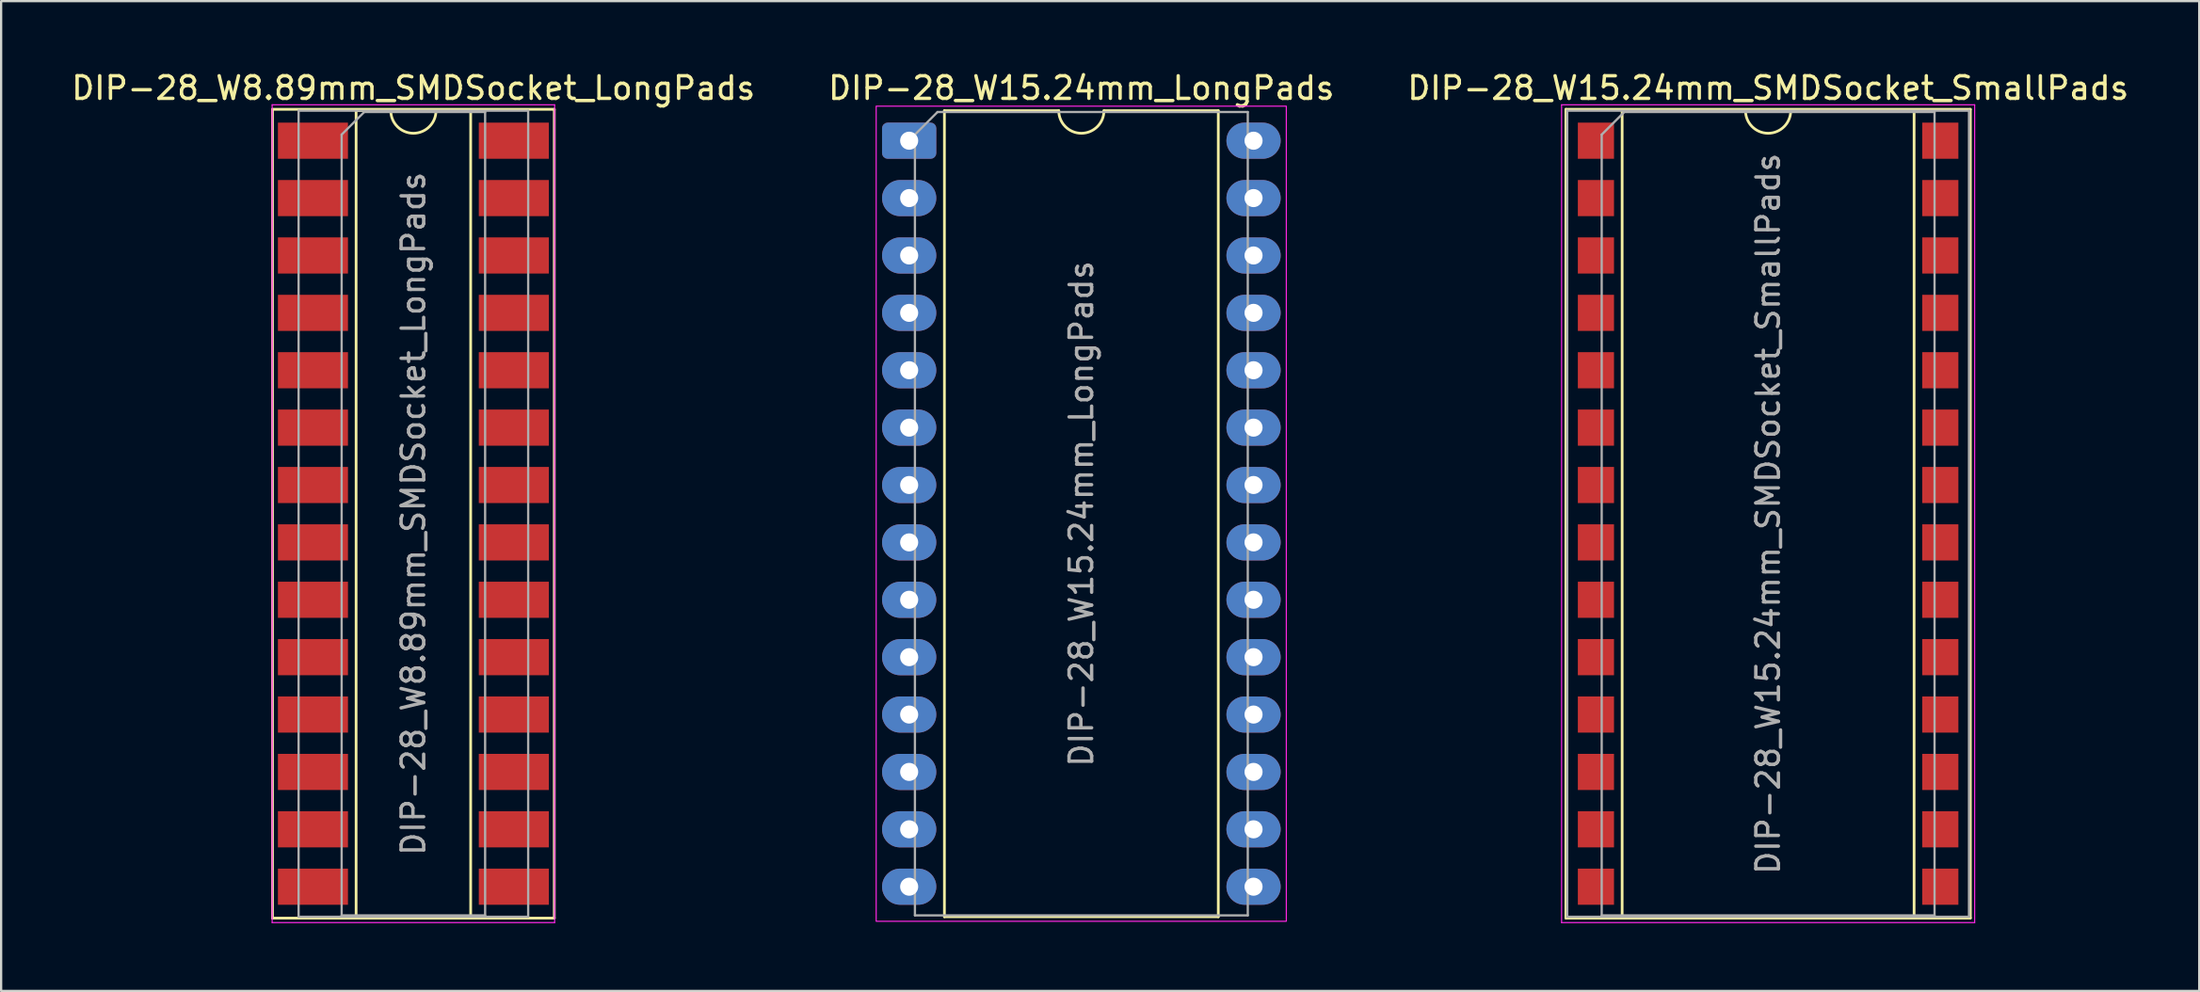
<source format=kicad_pcb>
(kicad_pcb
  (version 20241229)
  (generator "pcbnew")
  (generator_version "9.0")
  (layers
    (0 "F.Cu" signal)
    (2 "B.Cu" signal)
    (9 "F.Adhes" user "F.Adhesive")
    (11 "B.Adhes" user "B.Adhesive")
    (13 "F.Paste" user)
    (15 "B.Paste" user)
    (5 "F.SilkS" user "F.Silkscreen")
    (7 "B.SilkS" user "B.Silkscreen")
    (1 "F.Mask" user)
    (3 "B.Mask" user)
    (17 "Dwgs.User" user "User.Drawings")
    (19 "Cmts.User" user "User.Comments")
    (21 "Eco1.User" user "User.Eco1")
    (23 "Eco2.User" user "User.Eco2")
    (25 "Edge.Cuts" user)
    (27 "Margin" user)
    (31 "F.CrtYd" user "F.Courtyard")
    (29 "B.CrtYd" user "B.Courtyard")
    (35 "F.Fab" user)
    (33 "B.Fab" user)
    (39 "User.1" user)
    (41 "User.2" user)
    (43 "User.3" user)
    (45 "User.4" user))
  (footprint "DIP-28_W8.89mm_SMDSocket_LongPads"
    (layer "F.Cu")
    (at 15.244 19.688)
    (property "Reference" "DIP-28_W8.89mm_SMDSocket_LongPads" (at 0 -18.84 0) (layer "F.SilkS") (effects (font (size 1 1) (thickness 0.15))))
    (attr smd)
    (fp_line (start -6.235 -17.9) (end -6.235 17.9) (stroke (width 0.12) (type solid)) (layer "F.SilkS"))
    (fp_line (start -6.235 17.9) (end 6.235 17.9) (stroke (width 0.12) (type solid)) (layer "F.SilkS"))
    (fp_line (start -2.535 -17.84) (end -2.535 17.84) (stroke (width 0.12) (type solid)) (layer "F.SilkS"))
    (fp_line (start -2.535 17.84) (end 2.535 17.84) (stroke (width 0.12) (type solid)) (layer "F.SilkS"))
    (fp_line (start -1 -17.84) (end -2.535 -17.84) (stroke (width 0.12) (type solid)) (layer "F.SilkS"))
    (fp_line (start 2.535 -17.84) (end 1 -17.84) (stroke (width 0.12) (type solid)) (layer "F.SilkS"))
    (fp_line (start 2.535 17.84) (end 2.535 -17.84) (stroke (width 0.12) (type solid)) (layer "F.SilkS"))
    (fp_line (start 6.235 -17.9) (end -6.235 -17.9) (stroke (width 0.12) (type solid)) (layer "F.SilkS"))
    (fp_line (start 6.235 17.9) (end 6.235 -17.9) (stroke (width 0.12) (type solid)) (layer "F.SilkS"))
    (fp_arc (start 1 -17.84) (mid 0 -16.84) (end -1 -17.84) (stroke (width 0.12) (type solid)) (layer "F.SilkS"))
    (fp_line (start -6.25 -18.1) (end -6.25 18.1) (stroke (width 0.05) (type solid)) (layer "F.CrtYd"))
    (fp_line (start -6.25 18.1) (end 6.25 18.1) (stroke (width 0.05) (type solid)) (layer "F.CrtYd"))
    (fp_line (start 6.25 -18.1) (end -6.25 -18.1) (stroke (width 0.05) (type solid)) (layer "F.CrtYd"))
    (fp_line (start 6.25 18.1) (end 6.25 -18.1) (stroke (width 0.05) (type solid)) (layer "F.CrtYd"))
    (fp_line (start -5.08 -17.84) (end -5.08 17.84) (stroke (width 0.1) (type solid)) (layer "F.Fab"))
    (fp_line (start -5.08 17.84) (end 5.08 17.84) (stroke (width 0.1) (type solid)) (layer "F.Fab"))
    (fp_line (start -3.175 -16.78) (end -2.175 -17.78) (stroke (width 0.1) (type solid)) (layer "F.Fab"))
    (fp_line (start -3.175 17.78) (end -3.175 -16.78) (stroke (width 0.1) (type solid)) (layer "F.Fab"))
    (fp_line (start -2.175 -17.78) (end 3.175 -17.78) (stroke (width 0.1) (type solid)) (layer "F.Fab"))
    (fp_line (start 3.175 -17.78) (end 3.175 17.78) (stroke (width 0.1) (type solid)) (layer "F.Fab"))
    (fp_line (start 3.175 17.78) (end -3.175 17.78) (stroke (width 0.1) (type solid)) (layer "F.Fab"))
    (fp_line (start 5.08 -17.84) (end -5.08 -17.84) (stroke (width 0.1) (type solid)) (layer "F.Fab"))
    (fp_line (start 5.08 17.84) (end 5.08 -17.84) (stroke (width 0.1) (type solid)) (layer "F.Fab"))
    (fp_text user "${REFERENCE}" (at 0 0 90) (layer "F.Fab") (effects (font (size 1 1) (thickness 0.15))))
    (pad "1" smd rect (at -4.445 -16.51) (size 3.1 1.6) (layers "F.Cu" "F.Mask" "F.Paste"))
    (pad "2" smd rect (at -4.445 -13.97) (size 3.1 1.6) (layers "F.Cu" "F.Mask" "F.Paste"))
    (pad "3" smd rect (at -4.445 -11.43) (size 3.1 1.6) (layers "F.Cu" "F.Mask" "F.Paste"))
    (pad "4" smd rect (at -4.445 -8.89) (size 3.1 1.6) (layers "F.Cu" "F.Mask" "F.Paste"))
    (pad "5" smd rect (at -4.445 -6.35) (size 3.1 1.6) (layers "F.Cu" "F.Mask" "F.Paste"))
    (pad "6" smd rect (at -4.445 -3.81) (size 3.1 1.6) (layers "F.Cu" "F.Mask" "F.Paste"))
    (pad "7" smd rect (at -4.445 -1.27) (size 3.1 1.6) (layers "F.Cu" "F.Mask" "F.Paste"))
    (pad "8" smd rect (at -4.445 1.27) (size 3.1 1.6) (layers "F.Cu" "F.Mask" "F.Paste"))
    (pad "9" smd rect (at -4.445 3.81) (size 3.1 1.6) (layers "F.Cu" "F.Mask" "F.Paste"))
    (pad "10" smd rect (at -4.445 6.35) (size 3.1 1.6) (layers "F.Cu" "F.Mask" "F.Paste"))
    (pad "11" smd rect (at -4.445 8.89) (size 3.1 1.6) (layers "F.Cu" "F.Mask" "F.Paste"))
    (pad "12" smd rect (at -4.445 11.43) (size 3.1 1.6) (layers "F.Cu" "F.Mask" "F.Paste"))
    (pad "13" smd rect (at -4.445 13.97) (size 3.1 1.6) (layers "F.Cu" "F.Mask" "F.Paste"))
    (pad "14" smd rect (at -4.445 16.51) (size 3.1 1.6) (layers "F.Cu" "F.Mask" "F.Paste"))
    (pad "15" smd rect (at 4.445 16.51) (size 3.1 1.6) (layers "F.Cu" "F.Mask" "F.Paste"))
    (pad "16" smd rect (at 4.445 13.97) (size 3.1 1.6) (layers "F.Cu" "F.Mask" "F.Paste"))
    (pad "17" smd rect (at 4.445 11.43) (size 3.1 1.6) (layers "F.Cu" "F.Mask" "F.Paste"))
    (pad "18" smd rect (at 4.445 8.89) (size 3.1 1.6) (layers "F.Cu" "F.Mask" "F.Paste"))
    (pad "19" smd rect (at 4.445 6.35) (size 3.1 1.6) (layers "F.Cu" "F.Mask" "F.Paste"))
    (pad "20" smd rect (at 4.445 3.81) (size 3.1 1.6) (layers "F.Cu" "F.Mask" "F.Paste"))
    (pad "21" smd rect (at 4.445 1.27) (size 3.1 1.6) (layers "F.Cu" "F.Mask" "F.Paste"))
    (pad "22" smd rect (at 4.445 -1.27) (size 3.1 1.6) (layers "F.Cu" "F.Mask" "F.Paste"))
    (pad "23" smd rect (at 4.445 -3.81) (size 3.1 1.6) (layers "F.Cu" "F.Mask" "F.Paste"))
    (pad "24" smd rect (at 4.445 -6.35) (size 3.1 1.6) (layers "F.Cu" "F.Mask" "F.Paste"))
    (pad "25" smd rect (at 4.445 -8.89) (size 3.1 1.6) (layers "F.Cu" "F.Mask" "F.Paste"))
    (pad "26" smd rect (at 4.445 -11.43) (size 3.1 1.6) (layers "F.Cu" "F.Mask" "F.Paste"))
    (pad "27" smd rect (at 4.445 -13.97) (size 3.1 1.6) (layers "F.Cu" "F.Mask" "F.Paste"))
    (pad "28" smd rect (at 4.445 -16.51) (size 3.1 1.6) (layers "F.Cu" "F.Mask" "F.Paste")))
  (footprint "DIP-28_W15.24mm_SMDSocket_SmallPads"
    (layer "F.Cu")
    (at 75.196 19.688)
    (property "Reference" "DIP-28_W15.24mm_SMDSocket_SmallPads" (at 0 -18.84 0) (layer "F.SilkS") (effects (font (size 1 1) (thickness 0.15))))
    (attr smd)
    (fp_line (start -8.95 -17.9) (end -8.95 17.9) (stroke (width 0.12) (type solid)) (layer "F.SilkS"))
    (fp_line (start -8.95 17.9) (end 8.95 17.9) (stroke (width 0.12) (type solid)) (layer "F.SilkS"))
    (fp_line (start -6.46 -17.84) (end -6.46 17.84) (stroke (width 0.12) (type solid)) (layer "F.SilkS"))
    (fp_line (start -6.46 17.84) (end 6.46 17.84) (stroke (width 0.12) (type solid)) (layer "F.SilkS"))
    (fp_line (start -1 -17.84) (end -6.46 -17.84) (stroke (width 0.12) (type solid)) (layer "F.SilkS"))
    (fp_line (start 6.46 -17.84) (end 1 -17.84) (stroke (width 0.12) (type solid)) (layer "F.SilkS"))
    (fp_line (start 6.46 17.84) (end 6.46 -17.84) (stroke (width 0.12) (type solid)) (layer "F.SilkS"))
    (fp_line (start 8.95 -17.9) (end -8.95 -17.9) (stroke (width 0.12) (type solid)) (layer "F.SilkS"))
    (fp_line (start 8.95 17.9) (end 8.95 -17.9) (stroke (width 0.12) (type solid)) (layer "F.SilkS"))
    (fp_arc (start 1 -17.84) (mid 0 -16.84) (end -1 -17.84) (stroke (width 0.12) (type solid)) (layer "F.SilkS"))
    (fp_line (start -9.14 -18.1) (end -9.14 18.1) (stroke (width 0.05) (type solid)) (layer "F.CrtYd"))
    (fp_line (start -9.14 18.1) (end 9.14 18.1) (stroke (width 0.05) (type solid)) (layer "F.CrtYd"))
    (fp_line (start 9.14 -18.1) (end -9.14 -18.1) (stroke (width 0.05) (type solid)) (layer "F.CrtYd"))
    (fp_line (start 9.14 18.1) (end 9.14 -18.1) (stroke (width 0.05) (type solid)) (layer "F.CrtYd"))
    (fp_line (start -8.89 -17.84) (end -8.89 17.84) (stroke (width 0.1) (type solid)) (layer "F.Fab"))
    (fp_line (start -8.89 17.84) (end 8.89 17.84) (stroke (width 0.1) (type solid)) (layer "F.Fab"))
    (fp_line (start -7.365 -16.78) (end -6.365 -17.78) (stroke (width 0.1) (type solid)) (layer "F.Fab"))
    (fp_line (start -7.365 17.78) (end -7.365 -16.78) (stroke (width 0.1) (type solid)) (layer "F.Fab"))
    (fp_line (start -6.365 -17.78) (end 7.365 -17.78) (stroke (width 0.1) (type solid)) (layer "F.Fab"))
    (fp_line (start 7.365 -17.78) (end 7.365 17.78) (stroke (width 0.1) (type solid)) (layer "F.Fab"))
    (fp_line (start 7.365 17.78) (end -7.365 17.78) (stroke (width 0.1) (type solid)) (layer "F.Fab"))
    (fp_line (start 8.89 -17.84) (end -8.89 -17.84) (stroke (width 0.1) (type solid)) (layer "F.Fab"))
    (fp_line (start 8.89 17.84) (end 8.89 -17.84) (stroke (width 0.1) (type solid)) (layer "F.Fab"))
    (fp_text user "${REFERENCE}" (at 0 0 90) (layer "F.Fab") (effects (font (size 1 1) (thickness 0.15))))
    (pad "1" smd rect (at -7.62 -16.51) (size 1.6 1.6) (layers "F.Cu" "F.Mask" "F.Paste"))
    (pad "2" smd rect (at -7.62 -13.97) (size 1.6 1.6) (layers "F.Cu" "F.Mask" "F.Paste"))
    (pad "3" smd rect (at -7.62 -11.43) (size 1.6 1.6) (layers "F.Cu" "F.Mask" "F.Paste"))
    (pad "4" smd rect (at -7.62 -8.89) (size 1.6 1.6) (layers "F.Cu" "F.Mask" "F.Paste"))
    (pad "5" smd rect (at -7.62 -6.35) (size 1.6 1.6) (layers "F.Cu" "F.Mask" "F.Paste"))
    (pad "6" smd rect (at -7.62 -3.81) (size 1.6 1.6) (layers "F.Cu" "F.Mask" "F.Paste"))
    (pad "7" smd rect (at -7.62 -1.27) (size 1.6 1.6) (layers "F.Cu" "F.Mask" "F.Paste"))
    (pad "8" smd rect (at -7.62 1.27) (size 1.6 1.6) (layers "F.Cu" "F.Mask" "F.Paste"))
    (pad "9" smd rect (at -7.62 3.81) (size 1.6 1.6) (layers "F.Cu" "F.Mask" "F.Paste"))
    (pad "10" smd rect (at -7.62 6.35) (size 1.6 1.6) (layers "F.Cu" "F.Mask" "F.Paste"))
    (pad "11" smd rect (at -7.62 8.89) (size 1.6 1.6) (layers "F.Cu" "F.Mask" "F.Paste"))
    (pad "12" smd rect (at -7.62 11.43) (size 1.6 1.6) (layers "F.Cu" "F.Mask" "F.Paste"))
    (pad "13" smd rect (at -7.62 13.97) (size 1.6 1.6) (layers "F.Cu" "F.Mask" "F.Paste"))
    (pad "14" smd rect (at -7.62 16.51) (size 1.6 1.6) (layers "F.Cu" "F.Mask" "F.Paste"))
    (pad "15" smd rect (at 7.62 16.51) (size 1.6 1.6) (layers "F.Cu" "F.Mask" "F.Paste"))
    (pad "16" smd rect (at 7.62 13.97) (size 1.6 1.6) (layers "F.Cu" "F.Mask" "F.Paste"))
    (pad "17" smd rect (at 7.62 11.43) (size 1.6 1.6) (layers "F.Cu" "F.Mask" "F.Paste"))
    (pad "18" smd rect (at 7.62 8.89) (size 1.6 1.6) (layers "F.Cu" "F.Mask" "F.Paste"))
    (pad "19" smd rect (at 7.62 6.35) (size 1.6 1.6) (layers "F.Cu" "F.Mask" "F.Paste"))
    (pad "20" smd rect (at 7.62 3.81) (size 1.6 1.6) (layers "F.Cu" "F.Mask" "F.Paste"))
    (pad "21" smd rect (at 7.62 1.27) (size 1.6 1.6) (layers "F.Cu" "F.Mask" "F.Paste"))
    (pad "22" smd rect (at 7.62 -1.27) (size 1.6 1.6) (layers "F.Cu" "F.Mask" "F.Paste"))
    (pad "23" smd rect (at 7.62 -3.81) (size 1.6 1.6) (layers "F.Cu" "F.Mask" "F.Paste"))
    (pad "24" smd rect (at 7.62 -6.35) (size 1.6 1.6) (layers "F.Cu" "F.Mask" "F.Paste"))
    (pad "25" smd rect (at 7.62 -8.89) (size 1.6 1.6) (layers "F.Cu" "F.Mask" "F.Paste"))
    (pad "26" smd rect (at 7.62 -11.43) (size 1.6 1.6) (layers "F.Cu" "F.Mask" "F.Paste"))
    (pad "27" smd rect (at 7.62 -13.97) (size 1.6 1.6) (layers "F.Cu" "F.Mask" "F.Paste"))
    (pad "28" smd rect (at 7.62 -16.51) (size 1.6 1.6) (layers "F.Cu" "F.Mask" "F.Paste")))
  (footprint "DIP-28_W15.24mm_LongPads"
    (layer "F.Cu")
    (at 37.184 3.178)
    (property "Reference" "DIP-28_W15.24mm_LongPads" (at 7.62 -2.33 0) (layer "F.SilkS") (effects (font (size 1 1) (thickness 0.15))))
    (attr through_hole)
    (fp_line (start 1.56 -1.33) (end 1.56 34.35) (stroke (width 0.12) (type solid)) (layer "F.SilkS"))
    (fp_line (start 1.56 34.35) (end 13.68 34.35) (stroke (width 0.12) (type solid)) (layer "F.SilkS"))
    (fp_line (start 6.62 -1.33) (end 1.56 -1.33) (stroke (width 0.12) (type solid)) (layer "F.SilkS"))
    (fp_line (start 13.68 -1.33) (end 8.62 -1.33) (stroke (width 0.12) (type solid)) (layer "F.SilkS"))
    (fp_line (start 13.68 34.35) (end 13.68 -1.33) (stroke (width 0.12) (type solid)) (layer "F.SilkS"))
    (fp_arc (start 8.62 -1.33) (mid 7.62 -0.33) (end 6.62 -1.33) (stroke (width 0.12) (type solid)) (layer "F.SilkS"))
    (fp_rect (start -1.46 -1.53) (end 16.69 34.55) (stroke (width 0.05) (type solid)) (fill no) (layer "F.CrtYd"))
    (fp_line (start 0.255 -0.27) (end 1.255 -1.27) (stroke (width 0.1) (type solid)) (layer "F.Fab"))
    (fp_line (start 0.255 34.29) (end 0.255 -0.27) (stroke (width 0.1) (type solid)) (layer "F.Fab"))
    (fp_line (start 1.255 -1.27) (end 14.985 -1.27) (stroke (width 0.1) (type solid)) (layer "F.Fab"))
    (fp_line (start 14.985 -1.27) (end 14.985 34.29) (stroke (width 0.1) (type solid)) (layer "F.Fab"))
    (fp_line (start 14.985 34.29) (end 0.255 34.29) (stroke (width 0.1) (type solid)) (layer "F.Fab"))
    (fp_text user "${REFERENCE}" (at 7.62 16.51 90) (layer "F.Fab") (effects (font (size 1 1) (thickness 0.15))))
    (pad "1" thru_hole roundrect (at 0 0) (size 2.4 1.6) (drill 0.8) (layers "*.Cu" "*.Mask") (roundrect_rratio 0.156))
    (pad "2" thru_hole oval (at 0 2.54) (size 2.4 1.6) (drill 0.8) (layers "*.Cu" "*.Mask"))
    (pad "3" thru_hole oval (at 0 5.08) (size 2.4 1.6) (drill 0.8) (layers "*.Cu" "*.Mask"))
    (pad "4" thru_hole oval (at 0 7.62) (size 2.4 1.6) (drill 0.8) (layers "*.Cu" "*.Mask"))
    (pad "5" thru_hole oval (at 0 10.16) (size 2.4 1.6) (drill 0.8) (layers "*.Cu" "*.Mask"))
    (pad "6" thru_hole oval (at 0 12.7) (size 2.4 1.6) (drill 0.8) (layers "*.Cu" "*.Mask"))
    (pad "7" thru_hole oval (at 0 15.24) (size 2.4 1.6) (drill 0.8) (layers "*.Cu" "*.Mask"))
    (pad "8" thru_hole oval (at 0 17.78) (size 2.4 1.6) (drill 0.8) (layers "*.Cu" "*.Mask"))
    (pad "9" thru_hole oval (at 0 20.32) (size 2.4 1.6) (drill 0.8) (layers "*.Cu" "*.Mask"))
    (pad "10" thru_hole oval (at 0 22.86) (size 2.4 1.6) (drill 0.8) (layers "*.Cu" "*.Mask"))
    (pad "11" thru_hole oval (at 0 25.4) (size 2.4 1.6) (drill 0.8) (layers "*.Cu" "*.Mask"))
    (pad "12" thru_hole oval (at 0 27.94) (size 2.4 1.6) (drill 0.8) (layers "*.Cu" "*.Mask"))
    (pad "13" thru_hole oval (at 0 30.48) (size 2.4 1.6) (drill 0.8) (layers "*.Cu" "*.Mask"))
    (pad "14" thru_hole oval (at 0 33.02) (size 2.4 1.6) (drill 0.8) (layers "*.Cu" "*.Mask"))
    (pad "15" thru_hole oval (at 15.24 33.02) (size 2.4 1.6) (drill 0.8) (layers "*.Cu" "*.Mask"))
    (pad "16" thru_hole oval (at 15.24 30.48) (size 2.4 1.6) (drill 0.8) (layers "*.Cu" "*.Mask"))
    (pad "17" thru_hole oval (at 15.24 27.94) (size 2.4 1.6) (drill 0.8) (layers "*.Cu" "*.Mask"))
    (pad "18" thru_hole oval (at 15.24 25.4) (size 2.4 1.6) (drill 0.8) (layers "*.Cu" "*.Mask"))
    (pad "19" thru_hole oval (at 15.24 22.86) (size 2.4 1.6) (drill 0.8) (layers "*.Cu" "*.Mask"))
    (pad "20" thru_hole oval (at 15.24 20.32) (size 2.4 1.6) (drill 0.8) (layers "*.Cu" "*.Mask"))
    (pad "21" thru_hole oval (at 15.24 17.78) (size 2.4 1.6) (drill 0.8) (layers "*.Cu" "*.Mask"))
    (pad "22" thru_hole oval (at 15.24 15.24) (size 2.4 1.6) (drill 0.8) (layers "*.Cu" "*.Mask"))
    (pad "23" thru_hole oval (at 15.24 12.7) (size 2.4 1.6) (drill 0.8) (layers "*.Cu" "*.Mask"))
    (pad "24" thru_hole oval (at 15.24 10.16) (size 2.4 1.6) (drill 0.8) (layers "*.Cu" "*.Mask"))
    (pad "25" thru_hole oval (at 15.24 7.62) (size 2.4 1.6) (drill 0.8) (layers "*.Cu" "*.Mask"))
    (pad "26" thru_hole oval (at 15.24 5.08) (size 2.4 1.6) (drill 0.8) (layers "*.Cu" "*.Mask"))
    (pad "27" thru_hole oval (at 15.24 2.54) (size 2.4 1.6) (drill 0.8) (layers "*.Cu" "*.Mask"))
    (pad "28" thru_hole oval (at 15.24 0) (size 2.4 1.6) (drill 0.8) (layers "*.Cu" "*.Mask")))
  (gr_rect
    (start -3 -3)
    (end 94.274 40.813)
    (stroke (width 0.1) (type default))
    (fill no)
    (layer "Edge.Cuts")))
</source>
